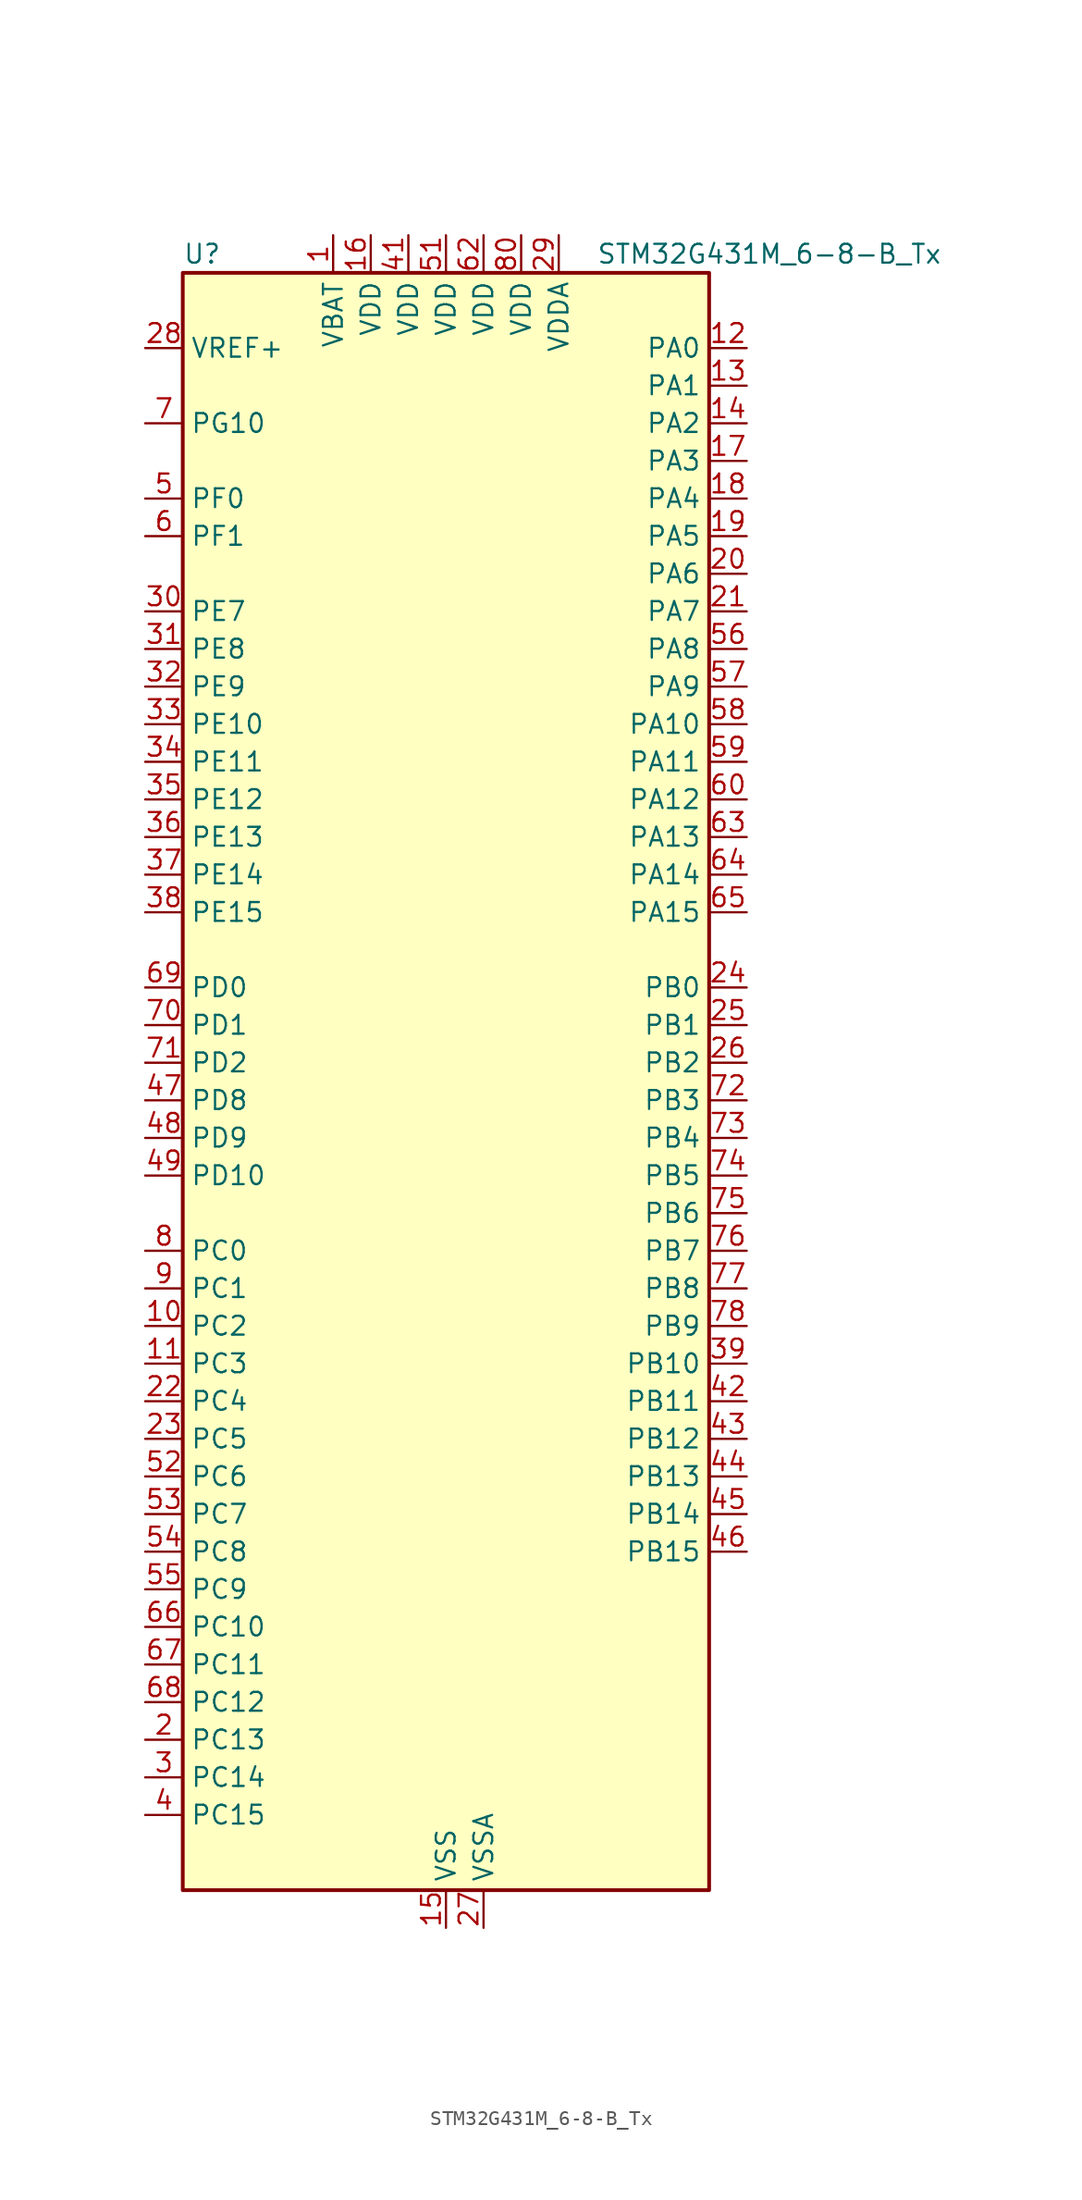
<source format=kicad_sym>
(kicad_symbol_lib
  (version 20241209)
  (generator "kicad_symbol_editor")
  (generator_version "9.0")
  (symbol "STM32G431M_6-8-B_Tx"
    (property "Reference" "U"
      (at -17.78 57.15 0)
      (effects (font (size 1.27 1.27)) (justify left)))
    (property "Value" "STM32G431M_6-8-B_Tx"
      (at 10.16 57.15 0)
      (effects (font (size 1.27 1.27)) (justify left)))
    (symbol "STM32G431M_6-8-B_Tx_0_1"
      (rectangle (start -17.78 -53.34) (end 17.78 55.88) (stroke (width 0.254) (type default)) (fill (type background))))
    (symbol "STM32G431M_6-8-B_Tx_1_1"
      (pin input line (at -20.32 50.8 0) (length 2.54) (name "VREF+" (effects (font (size 1.27 1.27)))) (number "28" (effects (font (size 1.27 1.27)))) (alternate "VREFBUF_OUT" bidirectional line))
      (pin bidirectional line (at -20.32 45.72 0) (length 2.54) (name "PG10" (effects (font (size 1.27 1.27)))) (number "7" (effects (font (size 1.27 1.27)))) (alternate "DAC1_EXTI10" bidirectional line) (alternate "DAC3_EXTI10" bidirectional line) (alternate "RCC_MCO" bidirectional line))
      (pin bidirectional line (at -20.32 40.64 0) (length 2.54) (name "PF0" (effects (font (size 1.27 1.27)))) (number "5" (effects (font (size 1.27 1.27)))) (alternate "ADC1_IN10" bidirectional line) (alternate "I2C2_SDA" bidirectional line) (alternate "I2S2_WS" bidirectional line) (alternate "RCC_OSC_IN" bidirectional line) (alternate "SPI2_NSS" bidirectional line) (alternate "TIM1_CH3N" bidirectional line))
      (pin bidirectional line (at -20.32 38.1 0) (length 2.54) (name "PF1" (effects (font (size 1.27 1.27)))) (number "6" (effects (font (size 1.27 1.27)))) (alternate "ADC2_IN10" bidirectional line) (alternate "COMP3_INM" bidirectional line) (alternate "I2S2_CK" bidirectional line) (alternate "RCC_OSC_OUT" bidirectional line) (alternate "SPI2_SCK" bidirectional line))
      (pin bidirectional line (at -20.32 33.02 0) (length 2.54) (name "PE7" (effects (font (size 1.27 1.27)))) (number "30" (effects (font (size 1.27 1.27)))) (alternate "COMP4_INP" bidirectional line) (alternate "SAI1_SD_B" bidirectional line) (alternate "TIM1_ETR" bidirectional line))
      (pin bidirectional line (at -20.32 30.48 0) (length 2.54) (name "PE8" (effects (font (size 1.27 1.27)))) (number "31" (effects (font (size 1.27 1.27)))) (alternate "COMP4_INM" bidirectional line) (alternate "SAI1_SCK_B" bidirectional line) (alternate "TIM1_CH1N" bidirectional line))
      (pin bidirectional line (at -20.32 27.94 0) (length 2.54) (name "PE9" (effects (font (size 1.27 1.27)))) (number "32" (effects (font (size 1.27 1.27)))) (alternate "DAC1_EXTI9" bidirectional line) (alternate "DAC3_EXTI9" bidirectional line) (alternate "SAI1_FS_B" bidirectional line) (alternate "TIM1_CH1" bidirectional line))
      (pin bidirectional line (at -20.32 25.4 0) (length 2.54) (name "PE10" (effects (font (size 1.27 1.27)))) (number "33" (effects (font (size 1.27 1.27)))) (alternate "DAC1_EXTI10" bidirectional line) (alternate "DAC3_EXTI10" bidirectional line) (alternate "SAI1_MCLK_B" bidirectional line) (alternate "TIM1_CH2N" bidirectional line))
      (pin bidirectional line (at -20.32 22.86 0) (length 2.54) (name "PE11" (effects (font (size 1.27 1.27)))) (number "34" (effects (font (size 1.27 1.27)))) (alternate "ADC1_EXTI11" bidirectional line) (alternate "ADC2_EXTI11" bidirectional line) (alternate "TIM1_CH2" bidirectional line))
      (pin bidirectional line (at -20.32 20.32 0) (length 2.54) (name "PE12" (effects (font (size 1.27 1.27)))) (number "35" (effects (font (size 1.27 1.27)))) (alternate "TIM1_CH3N" bidirectional line))
      (pin bidirectional line (at -20.32 17.78 0) (length 2.54) (name "PE13" (effects (font (size 1.27 1.27)))) (number "36" (effects (font (size 1.27 1.27)))) (alternate "TIM1_CH3" bidirectional line))
      (pin bidirectional line (at -20.32 15.24 0) (length 2.54) (name "PE14" (effects (font (size 1.27 1.27)))) (number "37" (effects (font (size 1.27 1.27)))) (alternate "TIM1_BKIN2" bidirectional line) (alternate "TIM1_CH4" bidirectional line))
      (pin bidirectional line (at -20.32 12.7 0) (length 2.54) (name "PE15" (effects (font (size 1.27 1.27)))) (number "38" (effects (font (size 1.27 1.27)))) (alternate "ADC1_EXTI15" bidirectional line) (alternate "ADC2_EXTI15" bidirectional line) (alternate "TIM1_BKIN" bidirectional line) (alternate "TIM1_CH4N" bidirectional line) (alternate "USART3_RX" bidirectional line))
      (pin bidirectional line (at -20.32 7.62 0) (length 2.54) (name "PD0" (effects (font (size 1.27 1.27)))) (number "69" (effects (font (size 1.27 1.27)))) (alternate "FDCAN1_RX" bidirectional line) (alternate "TIM8_CH4N" bidirectional line))
      (pin bidirectional line (at -20.32 5.08 0) (length 2.54) (name "PD1" (effects (font (size 1.27 1.27)))) (number "70" (effects (font (size 1.27 1.27)))) (alternate "FDCAN1_TX" bidirectional line) (alternate "TIM8_BKIN2" bidirectional line) (alternate "TIM8_CH4" bidirectional line))
      (pin bidirectional line (at -20.32 2.54 0) (length 2.54) (name "PD2" (effects (font (size 1.27 1.27)))) (number "71" (effects (font (size 1.27 1.27)))) (alternate "TIM3_ETR" bidirectional line) (alternate "TIM8_BKIN" bidirectional line))
      (pin bidirectional line (at -20.32 0 0) (length 2.54) (name "PD8" (effects (font (size 1.27 1.27)))) (number "47" (effects (font (size 1.27 1.27)))) (alternate "USART3_TX" bidirectional line))
      (pin bidirectional line (at -20.32 -2.54 0) (length 2.54) (name "PD9" (effects (font (size 1.27 1.27)))) (number "48" (effects (font (size 1.27 1.27)))) (alternate "DAC1_EXTI9" bidirectional line) (alternate "DAC3_EXTI9" bidirectional line) (alternate "USART3_RX" bidirectional line))
      (pin bidirectional line (at -20.32 -5.08 0) (length 2.54) (name "PD10" (effects (font (size 1.27 1.27)))) (number "49" (effects (font (size 1.27 1.27)))) (alternate "DAC1_EXTI10" bidirectional line) (alternate "DAC3_EXTI10" bidirectional line) (alternate "USART3_CK" bidirectional line))
      (pin bidirectional line (at -20.32 -10.16 0) (length 2.54) (name "PC0" (effects (font (size 1.27 1.27)))) (number "8" (effects (font (size 1.27 1.27)))) (alternate "ADC1_IN6" bidirectional line) (alternate "ADC2_IN6" bidirectional line) (alternate "COMP3_INM" bidirectional line) (alternate "LPTIM1_IN1" bidirectional line) (alternate "LPUART1_RX" bidirectional line) (alternate "TIM1_CH1" bidirectional line))
      (pin bidirectional line (at -20.32 -12.7 0) (length 2.54) (name "PC1" (effects (font (size 1.27 1.27)))) (number "9" (effects (font (size 1.27 1.27)))) (alternate "ADC1_IN7" bidirectional line) (alternate "ADC2_IN7" bidirectional line) (alternate "COMP3_INP" bidirectional line) (alternate "LPTIM1_OUT" bidirectional line) (alternate "LPUART1_TX" bidirectional line) (alternate "SAI1_SD_A" bidirectional line) (alternate "TIM1_CH2" bidirectional line))
      (pin bidirectional line (at -20.32 -15.24 0) (length 2.54) (name "PC2" (effects (font (size 1.27 1.27)))) (number "10" (effects (font (size 1.27 1.27)))) (alternate "ADC1_IN8" bidirectional line) (alternate "ADC2_IN8" bidirectional line) (alternate "COMP3_OUT" bidirectional line) (alternate "LPTIM1_IN2" bidirectional line) (alternate "TIM1_CH3" bidirectional line))
      (pin bidirectional line (at -20.32 -17.78 0) (length 2.54) (name "PC3" (effects (font (size 1.27 1.27)))) (number "11" (effects (font (size 1.27 1.27)))) (alternate "ADC1_IN9" bidirectional line) (alternate "ADC2_IN9" bidirectional line) (alternate "LPTIM1_ETR" bidirectional line) (alternate "SAI1_D1" bidirectional line) (alternate "SAI1_SD_A" bidirectional line) (alternate "TIM1_BKIN2" bidirectional line) (alternate "TIM1_CH4" bidirectional line))
      (pin bidirectional line (at -20.32 -20.32 0) (length 2.54) (name "PC4" (effects (font (size 1.27 1.27)))) (number "22" (effects (font (size 1.27 1.27)))) (alternate "ADC2_IN5" bidirectional line) (alternate "I2C2_SCL" bidirectional line) (alternate "TIM1_ETR" bidirectional line) (alternate "USART1_TX" bidirectional line))
      (pin bidirectional line (at -20.32 -22.86 0) (length 2.54) (name "PC5" (effects (font (size 1.27 1.27)))) (number "23" (effects (font (size 1.27 1.27)))) (alternate "ADC2_IN11" bidirectional line) (alternate "OPAMP1_VINM" bidirectional line) (alternate "OPAMP1_VINM1" bidirectional line) (alternate "OPAMP1_VINM_SEC" bidirectional line) (alternate "OPAMP2_VINM" bidirectional line) (alternate "OPAMP2_VINM1" bidirectional line) (alternate "OPAMP2_VINM_SEC" bidirectional line) (alternate "SAI1_D3" bidirectional line) (alternate "SYS_WKUP5" bidirectional line) (alternate "TIM15_BKIN" bidirectional line) (alternate "TIM1_CH4N" bidirectional line) (alternate "USART1_RX" bidirectional line))
      (pin bidirectional line (at -20.32 -25.4 0) (length 2.54) (name "PC6" (effects (font (size 1.27 1.27)))) (number "52" (effects (font (size 1.27 1.27)))) (alternate "I2S2_MCK" bidirectional line) (alternate "TIM3_CH1" bidirectional line) (alternate "TIM8_CH1" bidirectional line))
      (pin bidirectional line (at -20.32 -27.94 0) (length 2.54) (name "PC7" (effects (font (size 1.27 1.27)))) (number "53" (effects (font (size 1.27 1.27)))) (alternate "I2S3_MCK" bidirectional line) (alternate "TIM3_CH2" bidirectional line) (alternate "TIM8_CH2" bidirectional line))
      (pin bidirectional line (at -20.32 -30.48 0) (length 2.54) (name "PC8" (effects (font (size 1.27 1.27)))) (number "54" (effects (font (size 1.27 1.27)))) (alternate "I2C3_SCL" bidirectional line) (alternate "TIM3_CH3" bidirectional line) (alternate "TIM8_CH3" bidirectional line))
      (pin bidirectional line (at -20.32 -33.02 0) (length 2.54) (name "PC9" (effects (font (size 1.27 1.27)))) (number "55" (effects (font (size 1.27 1.27)))) (alternate "DAC1_EXTI9" bidirectional line) (alternate "DAC3_EXTI9" bidirectional line) (alternate "I2C3_SDA" bidirectional line) (alternate "I2S_CKIN" bidirectional line) (alternate "TIM3_CH4" bidirectional line) (alternate "TIM8_BKIN2" bidirectional line) (alternate "TIM8_CH4" bidirectional line))
      (pin bidirectional line (at -20.32 -35.56 0) (length 2.54) (name "PC10" (effects (font (size 1.27 1.27)))) (number "66" (effects (font (size 1.27 1.27)))) (alternate "DAC1_EXTI10" bidirectional line) (alternate "DAC3_EXTI10" bidirectional line) (alternate "I2S3_CK" bidirectional line) (alternate "SPI3_SCK" bidirectional line) (alternate "TIM8_CH1N" bidirectional line) (alternate "UART4_TX" bidirectional line) (alternate "USART3_TX" bidirectional line))
      (pin bidirectional line (at -20.32 -38.1 0) (length 2.54) (name "PC11" (effects (font (size 1.27 1.27)))) (number "67" (effects (font (size 1.27 1.27)))) (alternate "ADC1_EXTI11" bidirectional line) (alternate "ADC2_EXTI11" bidirectional line) (alternate "I2C3_SDA" bidirectional line) (alternate "SPI3_MISO" bidirectional line) (alternate "TIM8_CH2N" bidirectional line) (alternate "UART4_RX" bidirectional line) (alternate "USART3_RX" bidirectional line))
      (pin bidirectional line (at -20.32 -40.64 0) (length 2.54) (name "PC12" (effects (font (size 1.27 1.27)))) (number "68" (effects (font (size 1.27 1.27)))) (alternate "I2S3_SD" bidirectional line) (alternate "SPI3_MOSI" bidirectional line) (alternate "TIM8_CH3N" bidirectional line) (alternate "UCPD1_FRSTX1" bidirectional line) (alternate "UCPD1_FRSTX2" bidirectional line) (alternate "USART3_CK" bidirectional line))
      (pin bidirectional line (at -20.32 -43.18 0) (length 2.54) (name "PC13" (effects (font (size 1.27 1.27)))) (number "2" (effects (font (size 1.27 1.27)))) (alternate "RTC_OUT1" bidirectional line) (alternate "RTC_TAMP1" bidirectional line) (alternate "RTC_TS" bidirectional line) (alternate "SYS_WKUP2" bidirectional line) (alternate "TIM1_BKIN" bidirectional line) (alternate "TIM1_CH1N" bidirectional line) (alternate "TIM8_CH4N" bidirectional line))
      (pin bidirectional line (at -20.32 -45.72 0) (length 2.54) (name "PC14" (effects (font (size 1.27 1.27)))) (number "3" (effects (font (size 1.27 1.27)))) (alternate "RCC_OSC32_IN" bidirectional line))
      (pin bidirectional line (at -20.32 -48.26 0) (length 2.54) (name "PC15" (effects (font (size 1.27 1.27)))) (number "4" (effects (font (size 1.27 1.27)))) (alternate "ADC1_EXTI15" bidirectional line) (alternate "ADC2_EXTI15" bidirectional line) (alternate "RCC_OSC32_OUT" bidirectional line))
      (pin power_in line (at -7.62 58.42 270) (length 2.54) (name "VBAT" (effects (font (size 1.27 1.27)))) (number "1" (effects (font (size 1.27 1.27)))))
      (pin power_in line (at -5.08 58.42 270) (length 2.54) (name "VDD" (effects (font (size 1.27 1.27)))) (number "16" (effects (font (size 1.27 1.27)))))
      (pin power_in line (at -2.54 58.42 270) (length 2.54) (name "VDD" (effects (font (size 1.27 1.27)))) (number "41" (effects (font (size 1.27 1.27)))))
      (pin power_in line (at 0 58.42 270) (length 2.54) (name "VDD" (effects (font (size 1.27 1.27)))) (number "51" (effects (font (size 1.27 1.27)))))
      (pin power_in line (at 0 -55.88 90) (length 2.54) (name "VSS" (effects (font (size 1.27 1.27)))) (number "15" (effects (font (size 1.27 1.27)))))
      (pin passive line (at 0 -55.88 90) (length 2.54) (hide yes) (name "VSS" (effects (font (size 1.27 1.27)))) (number "40" (effects (font (size 1.27 1.27)))))
      (pin passive line (at 0 -55.88 90) (length 2.54) (hide yes) (name "VSS" (effects (font (size 1.27 1.27)))) (number "50" (effects (font (size 1.27 1.27)))))
      (pin passive line (at 0 -55.88 90) (length 2.54) (hide yes) (name "VSS" (effects (font (size 1.27 1.27)))) (number "61" (effects (font (size 1.27 1.27)))))
      (pin passive line (at 0 -55.88 90) (length 2.54) (hide yes) (name "VSS" (effects (font (size 1.27 1.27)))) (number "79" (effects (font (size 1.27 1.27)))))
      (pin power_in line (at 2.54 58.42 270) (length 2.54) (name "VDD" (effects (font (size 1.27 1.27)))) (number "62" (effects (font (size 1.27 1.27)))))
      (pin power_in line (at 2.54 -55.88 90) (length 2.54) (name "VSSA" (effects (font (size 1.27 1.27)))) (number "27" (effects (font (size 1.27 1.27)))))
      (pin power_in line (at 5.08 58.42 270) (length 2.54) (name "VDD" (effects (font (size 1.27 1.27)))) (number "80" (effects (font (size 1.27 1.27)))))
      (pin power_in line (at 7.62 58.42 270) (length 2.54) (name "VDDA" (effects (font (size 1.27 1.27)))) (number "29" (effects (font (size 1.27 1.27)))))
      (pin bidirectional line (at 20.32 50.8 180) (length 2.54) (name "PA0" (effects (font (size 1.27 1.27)))) (number "12" (effects (font (size 1.27 1.27)))) (alternate "ADC1_IN1" bidirectional line) (alternate "ADC2_IN1" bidirectional line) (alternate "COMP1_INM" bidirectional line) (alternate "COMP1_OUT" bidirectional line) (alternate "COMP3_INP" bidirectional line) (alternate "RTC_TAMP2" bidirectional line) (alternate "SYS_WKUP1" bidirectional line) (alternate "TIM2_CH1" bidirectional line) (alternate "TIM2_ETR" bidirectional line) (alternate "TIM8_BKIN" bidirectional line) (alternate "TIM8_ETR" bidirectional line) (alternate "USART2_CTS" bidirectional line) (alternate "USART2_NSS" bidirectional line))
      (pin bidirectional line (at 20.32 48.26 180) (length 2.54) (name "PA1" (effects (font (size 1.27 1.27)))) (number "13" (effects (font (size 1.27 1.27)))) (alternate "ADC1_IN2" bidirectional line) (alternate "ADC2_IN2" bidirectional line) (alternate "COMP1_INP" bidirectional line) (alternate "OPAMP1_VINP" bidirectional line) (alternate "OPAMP1_VINP_SEC" bidirectional line) (alternate "OPAMP3_VINP" bidirectional line) (alternate "OPAMP3_VINP_SEC" bidirectional line) (alternate "RTC_REFIN" bidirectional line) (alternate "TIM15_CH1N" bidirectional line) (alternate "TIM2_CH2" bidirectional line) (alternate "USART2_DE" bidirectional line) (alternate "USART2_RTS" bidirectional line))
      (pin bidirectional line (at 20.32 45.72 180) (length 2.54) (name "PA2" (effects (font (size 1.27 1.27)))) (number "14" (effects (font (size 1.27 1.27)))) (alternate "ADC1_IN3" bidirectional line) (alternate "COMP2_INM" bidirectional line) (alternate "COMP2_OUT" bidirectional line) (alternate "LPUART1_TX" bidirectional line) (alternate "OPAMP1_VOUT" bidirectional line) (alternate "RCC_LSCO" bidirectional line) (alternate "SYS_WKUP4" bidirectional line) (alternate "TIM15_CH1" bidirectional line) (alternate "TIM2_CH3" bidirectional line) (alternate "UCPD1_FRSTX1" bidirectional line) (alternate "UCPD1_FRSTX2" bidirectional line) (alternate "USART2_TX" bidirectional line))
      (pin bidirectional line (at 20.32 43.18 180) (length 2.54) (name "PA3" (effects (font (size 1.27 1.27)))) (number "17" (effects (font (size 1.27 1.27)))) (alternate "ADC1_IN4" bidirectional line) (alternate "COMP2_INP" bidirectional line) (alternate "LPUART1_RX" bidirectional line) (alternate "OPAMP1_VINM" bidirectional line) (alternate "OPAMP1_VINM0" bidirectional line) (alternate "OPAMP1_VINM_SEC" bidirectional line) (alternate "OPAMP1_VINP" bidirectional line) (alternate "OPAMP1_VINP_SEC" bidirectional line) (alternate "SAI1_CK1" bidirectional line) (alternate "SAI1_MCLK_A" bidirectional line) (alternate "TIM15_CH2" bidirectional line) (alternate "TIM2_CH4" bidirectional line) (alternate "USART2_RX" bidirectional line))
      (pin bidirectional line (at 20.32 40.64 180) (length 2.54) (name "PA4" (effects (font (size 1.27 1.27)))) (number "18" (effects (font (size 1.27 1.27)))) (alternate "ADC2_IN17" bidirectional line) (alternate "COMP1_INM" bidirectional line) (alternate "DAC1_OUT1" bidirectional line) (alternate "I2S3_WS" bidirectional line) (alternate "SAI1_FS_B" bidirectional line) (alternate "SPI1_NSS" bidirectional line) (alternate "SPI3_NSS" bidirectional line) (alternate "TIM3_CH2" bidirectional line) (alternate "USART2_CK" bidirectional line))
      (pin bidirectional line (at 20.32 38.1 180) (length 2.54) (name "PA5" (effects (font (size 1.27 1.27)))) (number "19" (effects (font (size 1.27 1.27)))) (alternate "ADC2_IN13" bidirectional line) (alternate "COMP2_INM" bidirectional line) (alternate "DAC1_OUT2" bidirectional line) (alternate "OPAMP2_VINM" bidirectional line) (alternate "OPAMP2_VINM0" bidirectional line) (alternate "OPAMP2_VINM_SEC" bidirectional line) (alternate "SPI1_SCK" bidirectional line) (alternate "TIM2_CH1" bidirectional line) (alternate "TIM2_ETR" bidirectional line) (alternate "UCPD1_FRSTX1" bidirectional line) (alternate "UCPD1_FRSTX2" bidirectional line))
      (pin bidirectional line (at 20.32 35.56 180) (length 2.54) (name "PA6" (effects (font (size 1.27 1.27)))) (number "20" (effects (font (size 1.27 1.27)))) (alternate "ADC2_IN3" bidirectional line) (alternate "COMP1_OUT" bidirectional line) (alternate "LPUART1_CTS" bidirectional line) (alternate "OPAMP2_VOUT" bidirectional line) (alternate "SPI1_MISO" bidirectional line) (alternate "TIM16_CH1" bidirectional line) (alternate "TIM1_BKIN" bidirectional line) (alternate "TIM3_CH1" bidirectional line) (alternate "TIM8_BKIN" bidirectional line))
      (pin bidirectional line (at 20.32 33.02 180) (length 2.54) (name "PA7" (effects (font (size 1.27 1.27)))) (number "21" (effects (font (size 1.27 1.27)))) (alternate "ADC2_IN4" bidirectional line) (alternate "COMP2_INP" bidirectional line) (alternate "COMP2_OUT" bidirectional line) (alternate "OPAMP1_VINP" bidirectional line) (alternate "OPAMP1_VINP_SEC" bidirectional line) (alternate "OPAMP2_VINP" bidirectional line) (alternate "OPAMP2_VINP_SEC" bidirectional line) (alternate "SPI1_MOSI" bidirectional line) (alternate "TIM17_CH1" bidirectional line) (alternate "TIM1_CH1N" bidirectional line) (alternate "TIM3_CH2" bidirectional line) (alternate "TIM8_CH1N" bidirectional line) (alternate "UCPD1_FRSTX1" bidirectional line) (alternate "UCPD1_FRSTX2" bidirectional line))
      (pin bidirectional line (at 20.32 30.48 180) (length 2.54) (name "PA8" (effects (font (size 1.27 1.27)))) (number "56" (effects (font (size 1.27 1.27)))) (alternate "I2C2_SDA" bidirectional line) (alternate "I2C3_SCL" bidirectional line) (alternate "I2S2_MCK" bidirectional line) (alternate "RCC_MCO" bidirectional line) (alternate "SAI1_CK2" bidirectional line) (alternate "SAI1_SCK_A" bidirectional line) (alternate "TIM1_CH1" bidirectional line) (alternate "TIM4_ETR" bidirectional line) (alternate "USART1_CK" bidirectional line))
      (pin bidirectional line (at 20.32 27.94 180) (length 2.54) (name "PA9" (effects (font (size 1.27 1.27)))) (number "57" (effects (font (size 1.27 1.27)))) (alternate "DAC1_EXTI9" bidirectional line) (alternate "DAC3_EXTI9" bidirectional line) (alternate "I2C2_SCL" bidirectional line) (alternate "I2C3_SMBA" bidirectional line) (alternate "I2S3_MCK" bidirectional line) (alternate "SAI1_FS_A" bidirectional line) (alternate "TIM15_BKIN" bidirectional line) (alternate "TIM1_CH2" bidirectional line) (alternate "TIM2_CH3" bidirectional line) (alternate "UCPD1_DBCC1" bidirectional line) (alternate "USART1_TX" bidirectional line))
      (pin bidirectional line (at 20.32 25.4 180) (length 2.54) (name "PA10" (effects (font (size 1.27 1.27)))) (number "58" (effects (font (size 1.27 1.27)))) (alternate "CRS_SYNC" bidirectional line) (alternate "DAC1_EXTI10" bidirectional line) (alternate "DAC3_EXTI10" bidirectional line) (alternate "I2C2_SMBA" bidirectional line) (alternate "SAI1_D1" bidirectional line) (alternate "SAI1_SD_A" bidirectional line) (alternate "SPI2_MISO" bidirectional line) (alternate "TIM17_BKIN" bidirectional line) (alternate "TIM1_CH3" bidirectional line) (alternate "TIM2_CH4" bidirectional line) (alternate "TIM8_BKIN" bidirectional line) (alternate "UCPD1_DBCC2" bidirectional line) (alternate "USART1_RX" bidirectional line))
      (pin bidirectional line (at 20.32 22.86 180) (length 2.54) (name "PA11" (effects (font (size 1.27 1.27)))) (number "59" (effects (font (size 1.27 1.27)))) (alternate "ADC1_EXTI11" bidirectional line) (alternate "ADC2_EXTI11" bidirectional line) (alternate "COMP1_OUT" bidirectional line) (alternate "FDCAN1_RX" bidirectional line) (alternate "I2S2_SD" bidirectional line) (alternate "SPI2_MOSI" bidirectional line) (alternate "TIM1_BKIN2" bidirectional line) (alternate "TIM1_CH1N" bidirectional line) (alternate "TIM1_CH4" bidirectional line) (alternate "TIM4_CH1" bidirectional line) (alternate "USART1_CTS" bidirectional line) (alternate "USART1_NSS" bidirectional line) (alternate "USB_DM" bidirectional line))
      (pin bidirectional line (at 20.32 20.32 180) (length 2.54) (name "PA12" (effects (font (size 1.27 1.27)))) (number "60" (effects (font (size 1.27 1.27)))) (alternate "COMP2_OUT" bidirectional line) (alternate "FDCAN1_TX" bidirectional line) (alternate "I2S_CKIN" bidirectional line) (alternate "TIM16_CH1" bidirectional line) (alternate "TIM1_CH2N" bidirectional line) (alternate "TIM1_ETR" bidirectional line) (alternate "TIM4_CH2" bidirectional line) (alternate "USART1_DE" bidirectional line) (alternate "USART1_RTS" bidirectional line) (alternate "USB_DP" bidirectional line))
      (pin bidirectional line (at 20.32 17.78 180) (length 2.54) (name "PA13" (effects (font (size 1.27 1.27)))) (number "63" (effects (font (size 1.27 1.27)))) (alternate "I2C1_SCL" bidirectional line) (alternate "IR_OUT" bidirectional line) (alternate "SAI1_SD_B" bidirectional line) (alternate "SYS_JTMS-SWDIO" bidirectional line) (alternate "TIM16_CH1N" bidirectional line) (alternate "TIM4_CH3" bidirectional line) (alternate "USART3_CTS" bidirectional line) (alternate "USART3_NSS" bidirectional line))
      (pin bidirectional line (at 20.32 15.24 180) (length 2.54) (name "PA14" (effects (font (size 1.27 1.27)))) (number "64" (effects (font (size 1.27 1.27)))) (alternate "I2C1_SDA" bidirectional line) (alternate "LPTIM1_OUT" bidirectional line) (alternate "SAI1_FS_B" bidirectional line) (alternate "SYS_JTCK-SWCLK" bidirectional line) (alternate "TIM1_BKIN" bidirectional line) (alternate "TIM8_CH2" bidirectional line) (alternate "USART2_TX" bidirectional line))
      (pin bidirectional line (at 20.32 12.7 180) (length 2.54) (name "PA15" (effects (font (size 1.27 1.27)))) (number "65" (effects (font (size 1.27 1.27)))) (alternate "ADC1_EXTI15" bidirectional line) (alternate "ADC2_EXTI15" bidirectional line) (alternate "I2C1_SCL" bidirectional line) (alternate "I2S3_WS" bidirectional line) (alternate "SPI1_NSS" bidirectional line) (alternate "SPI3_NSS" bidirectional line) (alternate "SYS_JTDI" bidirectional line) (alternate "TIM1_BKIN" bidirectional line) (alternate "TIM2_CH1" bidirectional line) (alternate "TIM2_ETR" bidirectional line) (alternate "TIM8_CH1" bidirectional line) (alternate "UART4_DE" bidirectional line) (alternate "UART4_RTS" bidirectional line) (alternate "USART2_RX" bidirectional line))
      (pin bidirectional line (at 20.32 7.62 180) (length 2.54) (name "PB0" (effects (font (size 1.27 1.27)))) (number "24" (effects (font (size 1.27 1.27)))) (alternate "ADC1_IN15" bidirectional line) (alternate "COMP4_INP" bidirectional line) (alternate "OPAMP2_VINP" bidirectional line) (alternate "OPAMP2_VINP_SEC" bidirectional line) (alternate "OPAMP3_VINP" bidirectional line) (alternate "OPAMP3_VINP_SEC" bidirectional line) (alternate "TIM1_CH2N" bidirectional line) (alternate "TIM3_CH3" bidirectional line) (alternate "TIM8_CH2N" bidirectional line) (alternate "UCPD1_FRSTX1" bidirectional line) (alternate "UCPD1_FRSTX2" bidirectional line))
      (pin bidirectional line (at 20.32 5.08 180) (length 2.54) (name "PB1" (effects (font (size 1.27 1.27)))) (number "25" (effects (font (size 1.27 1.27)))) (alternate "ADC1_IN12" bidirectional line) (alternate "COMP1_INP" bidirectional line) (alternate "COMP4_OUT" bidirectional line) (alternate "LPUART1_DE" bidirectional line) (alternate "LPUART1_RTS" bidirectional line) (alternate "OPAMP3_VOUT" bidirectional line) (alternate "TIM1_CH3N" bidirectional line) (alternate "TIM3_CH4" bidirectional line) (alternate "TIM8_CH3N" bidirectional line))
      (pin bidirectional line (at 20.32 2.54 180) (length 2.54) (name "PB2" (effects (font (size 1.27 1.27)))) (number "26" (effects (font (size 1.27 1.27)))) (alternate "ADC2_IN12" bidirectional line) (alternate "COMP4_INM" bidirectional line) (alternate "I2C3_SMBA" bidirectional line) (alternate "LPTIM1_OUT" bidirectional line) (alternate "OPAMP3_VINM" bidirectional line) (alternate "OPAMP3_VINM0" bidirectional line) (alternate "OPAMP3_VINM_SEC" bidirectional line) (alternate "RTC_OUT2" bidirectional line))
      (pin bidirectional line (at 20.32 0 180) (length 2.54) (name "PB3" (effects (font (size 1.27 1.27)))) (number "72" (effects (font (size 1.27 1.27)))) (alternate "CRS_SYNC" bidirectional line) (alternate "I2S3_CK" bidirectional line) (alternate "SAI1_SCK_B" bidirectional line) (alternate "SPI1_SCK" bidirectional line) (alternate "SPI3_SCK" bidirectional line) (alternate "SYS_JTDO-SWO" bidirectional line) (alternate "TIM2_CH2" bidirectional line) (alternate "TIM3_ETR" bidirectional line) (alternate "TIM4_ETR" bidirectional line) (alternate "TIM8_CH1N" bidirectional line) (alternate "USART2_TX" bidirectional line))
      (pin bidirectional line (at 20.32 -2.54 180) (length 2.54) (name "PB4" (effects (font (size 1.27 1.27)))) (number "73" (effects (font (size 1.27 1.27)))) (alternate "SAI1_MCLK_B" bidirectional line) (alternate "SPI1_MISO" bidirectional line) (alternate "SPI3_MISO" bidirectional line) (alternate "SYS_JTRST" bidirectional line) (alternate "TIM16_CH1" bidirectional line) (alternate "TIM17_BKIN" bidirectional line) (alternate "TIM3_CH1" bidirectional line) (alternate "TIM8_CH2N" bidirectional line) (alternate "UCPD1_CC2" bidirectional line) (alternate "USART2_RX" bidirectional line))
      (pin bidirectional line (at 20.32 -5.08 180) (length 2.54) (name "PB5" (effects (font (size 1.27 1.27)))) (number "74" (effects (font (size 1.27 1.27)))) (alternate "I2C1_SMBA" bidirectional line) (alternate "I2C3_SDA" bidirectional line) (alternate "I2S3_SD" bidirectional line) (alternate "LPTIM1_IN1" bidirectional line) (alternate "SAI1_SD_B" bidirectional line) (alternate "SPI1_MOSI" bidirectional line) (alternate "SPI3_MOSI" bidirectional line) (alternate "TIM16_BKIN" bidirectional line) (alternate "TIM17_CH1" bidirectional line) (alternate "TIM3_CH2" bidirectional line) (alternate "TIM8_CH3N" bidirectional line) (alternate "USART2_CK" bidirectional line))
      (pin bidirectional line (at 20.32 -7.62 180) (length 2.54) (name "PB6" (effects (font (size 1.27 1.27)))) (number "75" (effects (font (size 1.27 1.27)))) (alternate "COMP4_OUT" bidirectional line) (alternate "LPTIM1_ETR" bidirectional line) (alternate "SAI1_FS_B" bidirectional line) (alternate "TIM16_CH1N" bidirectional line) (alternate "TIM4_CH1" bidirectional line) (alternate "TIM8_BKIN2" bidirectional line) (alternate "TIM8_CH1" bidirectional line) (alternate "TIM8_ETR" bidirectional line) (alternate "UCPD1_CC1" bidirectional line) (alternate "USART1_TX" bidirectional line))
      (pin bidirectional line (at 20.32 -10.16 180) (length 2.54) (name "PB7" (effects (font (size 1.27 1.27)))) (number "76" (effects (font (size 1.27 1.27)))) (alternate "COMP3_OUT" bidirectional line) (alternate "I2C1_SDA" bidirectional line) (alternate "LPTIM1_IN2" bidirectional line) (alternate "SYS_PVD_IN" bidirectional line) (alternate "TIM17_CH1N" bidirectional line) (alternate "TIM3_CH4" bidirectional line) (alternate "TIM4_CH2" bidirectional line) (alternate "TIM8_BKIN" bidirectional line) (alternate "UART4_CTS" bidirectional line) (alternate "USART1_RX" bidirectional line))
      (pin bidirectional line (at 20.32 -12.7 180) (length 2.54) (name "PB8" (effects (font (size 1.27 1.27)))) (number "77" (effects (font (size 1.27 1.27)))) (alternate "COMP1_OUT" bidirectional line) (alternate "FDCAN1_RX" bidirectional line) (alternate "I2C1_SCL" bidirectional line) (alternate "SAI1_CK1" bidirectional line) (alternate "SAI1_MCLK_A" bidirectional line) (alternate "TIM16_CH1" bidirectional line) (alternate "TIM1_BKIN" bidirectional line) (alternate "TIM4_CH3" bidirectional line) (alternate "TIM8_CH2" bidirectional line) (alternate "USART3_RX" bidirectional line))
      (pin bidirectional line (at 20.32 -15.24 180) (length 2.54) (name "PB9" (effects (font (size 1.27 1.27)))) (number "78" (effects (font (size 1.27 1.27)))) (alternate "COMP2_OUT" bidirectional line) (alternate "DAC1_EXTI9" bidirectional line) (alternate "DAC3_EXTI9" bidirectional line) (alternate "FDCAN1_TX" bidirectional line) (alternate "I2C1_SDA" bidirectional line) (alternate "IR_OUT" bidirectional line) (alternate "SAI1_D2" bidirectional line) (alternate "SAI1_FS_A" bidirectional line) (alternate "TIM17_CH1" bidirectional line) (alternate "TIM1_CH3N" bidirectional line) (alternate "TIM4_CH4" bidirectional line) (alternate "TIM8_CH3" bidirectional line) (alternate "USART3_TX" bidirectional line))
      (pin bidirectional line (at 20.32 -17.78 180) (length 2.54) (name "PB10" (effects (font (size 1.27 1.27)))) (number "39" (effects (font (size 1.27 1.27)))) (alternate "DAC1_EXTI10" bidirectional line) (alternate "DAC3_EXTI10" bidirectional line) (alternate "LPUART1_RX" bidirectional line) (alternate "OPAMP3_VINM" bidirectional line) (alternate "OPAMP3_VINM1" bidirectional line) (alternate "OPAMP3_VINM_SEC" bidirectional line) (alternate "SAI1_SCK_A" bidirectional line) (alternate "TIM1_BKIN" bidirectional line) (alternate "TIM2_CH3" bidirectional line) (alternate "USART3_TX" bidirectional line))
      (pin bidirectional line (at 20.32 -20.32 180) (length 2.54) (name "PB11" (effects (font (size 1.27 1.27)))) (number "42" (effects (font (size 1.27 1.27)))) (alternate "ADC1_EXTI11" bidirectional line) (alternate "ADC1_IN14" bidirectional line) (alternate "ADC2_EXTI11" bidirectional line) (alternate "ADC2_IN14" bidirectional line) (alternate "LPUART1_TX" bidirectional line) (alternate "TIM2_CH4" bidirectional line) (alternate "USART3_RX" bidirectional line))
      (pin bidirectional line (at 20.32 -22.86 180) (length 2.54) (name "PB12" (effects (font (size 1.27 1.27)))) (number "43" (effects (font (size 1.27 1.27)))) (alternate "ADC1_IN11" bidirectional line) (alternate "I2C2_SMBA" bidirectional line) (alternate "I2S2_WS" bidirectional line) (alternate "LPUART1_DE" bidirectional line) (alternate "LPUART1_RTS" bidirectional line) (alternate "SPI2_NSS" bidirectional line) (alternate "TIM1_BKIN" bidirectional line) (alternate "USART3_CK" bidirectional line))
      (pin bidirectional line (at 20.32 -25.4 180) (length 2.54) (name "PB13" (effects (font (size 1.27 1.27)))) (number "44" (effects (font (size 1.27 1.27)))) (alternate "I2S2_CK" bidirectional line) (alternate "LPUART1_CTS" bidirectional line) (alternate "OPAMP3_VINP" bidirectional line) (alternate "OPAMP3_VINP_SEC" bidirectional line) (alternate "SPI2_SCK" bidirectional line) (alternate "TIM1_CH1N" bidirectional line) (alternate "USART3_CTS" bidirectional line) (alternate "USART3_NSS" bidirectional line))
      (pin bidirectional line (at 20.32 -27.94 180) (length 2.54) (name "PB14" (effects (font (size 1.27 1.27)))) (number "45" (effects (font (size 1.27 1.27)))) (alternate "ADC1_IN5" bidirectional line) (alternate "COMP4_OUT" bidirectional line) (alternate "OPAMP2_VINP" bidirectional line) (alternate "OPAMP2_VINP_SEC" bidirectional line) (alternate "SPI2_MISO" bidirectional line) (alternate "TIM15_CH1" bidirectional line) (alternate "TIM1_CH2N" bidirectional line) (alternate "USART3_DE" bidirectional line) (alternate "USART3_RTS" bidirectional line))
      (pin bidirectional line (at 20.32 -30.48 180) (length 2.54) (name "PB15" (effects (font (size 1.27 1.27)))) (number "46" (effects (font (size 1.27 1.27)))) (alternate "ADC1_EXTI15" bidirectional line) (alternate "ADC2_EXTI15" bidirectional line) (alternate "ADC2_IN15" bidirectional line) (alternate "COMP3_OUT" bidirectional line) (alternate "I2S2_SD" bidirectional line) (alternate "RTC_REFIN" bidirectional line) (alternate "SPI2_MOSI" bidirectional line) (alternate "TIM15_CH1N" bidirectional line) (alternate "TIM15_CH2" bidirectional line) (alternate "TIM1_CH3N" bidirectional line)))))
</source>
